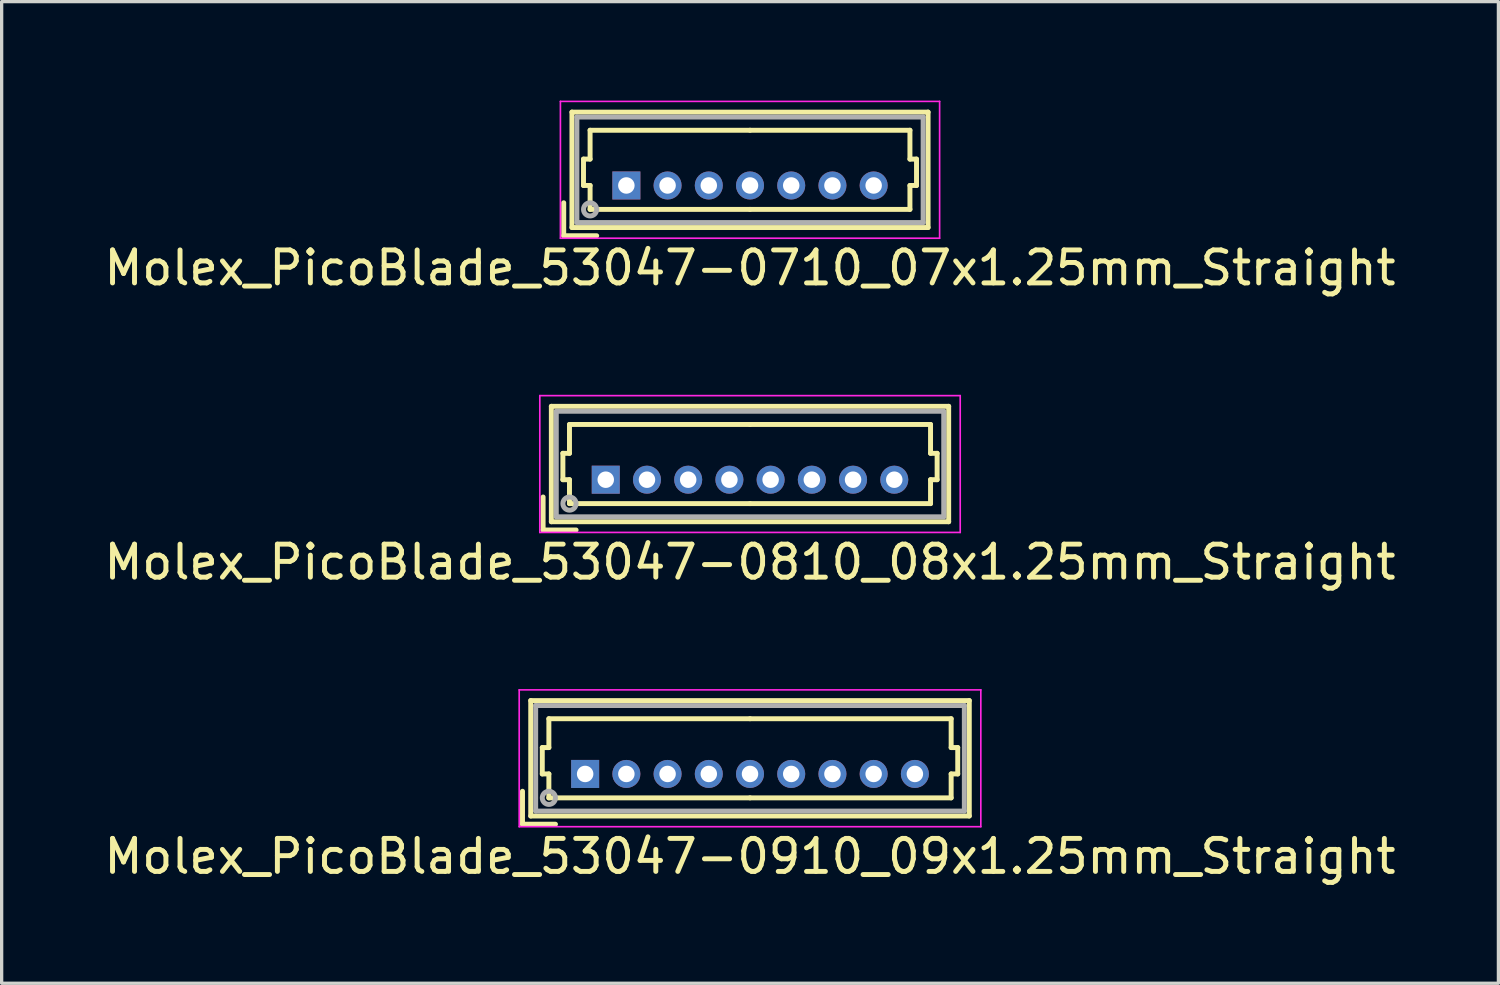
<source format=kicad_pcb>
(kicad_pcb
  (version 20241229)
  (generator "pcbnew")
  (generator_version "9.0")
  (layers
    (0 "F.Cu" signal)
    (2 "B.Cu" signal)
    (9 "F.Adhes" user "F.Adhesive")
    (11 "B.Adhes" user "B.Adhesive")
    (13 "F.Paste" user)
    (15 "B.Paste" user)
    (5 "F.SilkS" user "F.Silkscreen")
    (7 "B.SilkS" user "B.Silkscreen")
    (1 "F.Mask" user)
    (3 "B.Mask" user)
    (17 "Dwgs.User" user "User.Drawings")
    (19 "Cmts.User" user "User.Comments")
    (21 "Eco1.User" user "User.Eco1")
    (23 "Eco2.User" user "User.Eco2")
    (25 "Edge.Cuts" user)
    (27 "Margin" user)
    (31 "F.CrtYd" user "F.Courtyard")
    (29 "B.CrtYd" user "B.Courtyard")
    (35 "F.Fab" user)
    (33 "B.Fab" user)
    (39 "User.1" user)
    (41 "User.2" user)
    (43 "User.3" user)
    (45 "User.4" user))
  (footprint "Molex_PicoBlade_53047-0810_08x1.25mm_Straight"
    (layer "F.Cu")
    (at 15.321 11.498)
    (property "Reference" "Molex_PicoBlade_53047-0810_08x1.25mm_Straight" (at 4.375 2.5 0) (layer "F.SilkS") (effects (font (size 1 1) (thickness 0.15))))
    (attr through_hole)
    (fp_line (start -1.9 1.525) (end -1.9 0.525) (stroke (width 0.15) (type solid)) (layer "F.SilkS"))
    (fp_line (start -1.9 1.525) (end -0.9 1.525) (stroke (width 0.15) (type solid)) (layer "F.SilkS"))
    (fp_line (start -1.65 -2.225) (end -1.65 1.275) (stroke (width 0.15) (type solid)) (layer "F.SilkS"))
    (fp_line (start -1.65 1.275) (end 10.4 1.275) (stroke (width 0.15) (type solid)) (layer "F.SilkS"))
    (fp_line (start -1.3 -0.8) (end -1.1 -0.8) (stroke (width 0.15) (type solid)) (layer "F.SilkS"))
    (fp_line (start -1.3 0) (end -1.3 -0.8) (stroke (width 0.15) (type solid)) (layer "F.SilkS"))
    (fp_line (start -1.1 -1.675) (end 4.375 -1.675) (stroke (width 0.15) (type solid)) (layer "F.SilkS"))
    (fp_line (start -1.1 -0.8) (end -1.1 -1.675) (stroke (width 0.15) (type solid)) (layer "F.SilkS"))
    (fp_line (start -1.1 0) (end -1.3 0) (stroke (width 0.15) (type solid)) (layer "F.SilkS"))
    (fp_line (start -1.1 0.725) (end -1.1 0) (stroke (width 0.15) (type solid)) (layer "F.SilkS"))
    (fp_line (start 4.375 0.725) (end -1.1 0.725) (stroke (width 0.15) (type solid)) (layer "F.SilkS"))
    (fp_line (start 4.375 0.725) (end 9.85 0.725) (stroke (width 0.15) (type solid)) (layer "F.SilkS"))
    (fp_line (start 9.85 -1.675) (end 4.375 -1.675) (stroke (width 0.15) (type solid)) (layer "F.SilkS"))
    (fp_line (start 9.85 -0.8) (end 9.85 -1.675) (stroke (width 0.15) (type solid)) (layer "F.SilkS"))
    (fp_line (start 9.85 0) (end 10.05 0) (stroke (width 0.15) (type solid)) (layer "F.SilkS"))
    (fp_line (start 9.85 0.725) (end 9.85 0) (stroke (width 0.15) (type solid)) (layer "F.SilkS"))
    (fp_line (start 10.05 -0.8) (end 9.85 -0.8) (stroke (width 0.15) (type solid)) (layer "F.SilkS"))
    (fp_line (start 10.05 0) (end 10.05 -0.8) (stroke (width 0.15) (type solid)) (layer "F.SilkS"))
    (fp_line (start 10.4 -2.225) (end -1.65 -2.225) (stroke (width 0.15) (type solid)) (layer "F.SilkS"))
    (fp_line (start 10.4 1.275) (end 10.4 -2.225) (stroke (width 0.15) (type solid)) (layer "F.SilkS"))
    (fp_line (start -2 -2.55) (end -2 1.6) (stroke (width 0.05) (type solid)) (layer "F.CrtYd"))
    (fp_line (start -2 1.6) (end 10.75 1.6) (stroke (width 0.05) (type solid)) (layer "F.CrtYd"))
    (fp_line (start 10.75 -2.55) (end -2 -2.55) (stroke (width 0.05) (type solid)) (layer "F.CrtYd"))
    (fp_line (start 10.75 1.6) (end 10.75 -2.55) (stroke (width 0.05) (type solid)) (layer "F.CrtYd"))
    (fp_line (start -1.5 -2.075) (end -1.5 1.125) (stroke (width 0.15) (type solid)) (layer "F.Fab"))
    (fp_line (start -1.5 1.125) (end 10.25 1.125) (stroke (width 0.15) (type solid)) (layer "F.Fab"))
    (fp_line (start 10.25 -2.075) (end -1.5 -2.075) (stroke (width 0.15) (type solid)) (layer "F.Fab"))
    (fp_line (start 10.25 1.125) (end 10.25 -2.075) (stroke (width 0.15) (type solid)) (layer "F.Fab"))
    (fp_circle (center -1.1 0.725) (end -0.9 0.725) (stroke (width 0.15) (type solid)) (fill no) (layer "F.Fab"))
    (pad "1" thru_hole rect (at 0 0) (size 0.85 0.85) (drill 0.5) (layers "*.Cu" "*.Mask"))
    (pad "2" thru_hole circle (at 1.25 0) (size 0.85 0.85) (drill 0.5) (layers "*.Cu" "*.Mask"))
    (pad "3" thru_hole circle (at 2.5 0) (size 0.85 0.85) (drill 0.5) (layers "*.Cu" "*.Mask"))
    (pad "4" thru_hole circle (at 3.75 0) (size 0.85 0.85) (drill 0.5) (layers "*.Cu" "*.Mask"))
    (pad "5" thru_hole circle (at 5 0) (size 0.85 0.85) (drill 0.5) (layers "*.Cu" "*.Mask"))
    (pad "6" thru_hole circle (at 6.25 0) (size 0.85 0.85) (drill 0.5) (layers "*.Cu" "*.Mask"))
    (pad "7" thru_hole circle (at 7.5 0) (size 0.85 0.85) (drill 0.5) (layers "*.Cu" "*.Mask"))
    (pad "8" thru_hole circle (at 8.75 0) (size 0.85 0.85) (drill 0.5) (layers "*.Cu" "*.Mask")))
  (footprint "Molex_PicoBlade_53047-0710_07x1.25mm_Straight"
    (layer "F.Cu")
    (at 15.946 2.575)
    (property "Reference" "Molex_PicoBlade_53047-0710_07x1.25mm_Straight" (at 3.75 2.5 0) (layer "F.SilkS") (effects (font (size 1 1) (thickness 0.15))))
    (attr through_hole)
    (fp_line (start -1.9 1.525) (end -1.9 0.525) (stroke (width 0.15) (type solid)) (layer "F.SilkS"))
    (fp_line (start -1.9 1.525) (end -0.9 1.525) (stroke (width 0.15) (type solid)) (layer "F.SilkS"))
    (fp_line (start -1.65 -2.225) (end -1.65 1.275) (stroke (width 0.15) (type solid)) (layer "F.SilkS"))
    (fp_line (start -1.65 1.275) (end 9.15 1.275) (stroke (width 0.15) (type solid)) (layer "F.SilkS"))
    (fp_line (start -1.3 -0.8) (end -1.1 -0.8) (stroke (width 0.15) (type solid)) (layer "F.SilkS"))
    (fp_line (start -1.3 0) (end -1.3 -0.8) (stroke (width 0.15) (type solid)) (layer "F.SilkS"))
    (fp_line (start -1.1 -1.675) (end 3.75 -1.675) (stroke (width 0.15) (type solid)) (layer "F.SilkS"))
    (fp_line (start -1.1 -0.8) (end -1.1 -1.675) (stroke (width 0.15) (type solid)) (layer "F.SilkS"))
    (fp_line (start -1.1 0) (end -1.3 0) (stroke (width 0.15) (type solid)) (layer "F.SilkS"))
    (fp_line (start -1.1 0.725) (end -1.1 0) (stroke (width 0.15) (type solid)) (layer "F.SilkS"))
    (fp_line (start 3.75 0.725) (end -1.1 0.725) (stroke (width 0.15) (type solid)) (layer "F.SilkS"))
    (fp_line (start 3.75 0.725) (end 8.6 0.725) (stroke (width 0.15) (type solid)) (layer "F.SilkS"))
    (fp_line (start 8.6 -1.675) (end 3.75 -1.675) (stroke (width 0.15) (type solid)) (layer "F.SilkS"))
    (fp_line (start 8.6 -0.8) (end 8.6 -1.675) (stroke (width 0.15) (type solid)) (layer "F.SilkS"))
    (fp_line (start 8.6 0) (end 8.8 0) (stroke (width 0.15) (type solid)) (layer "F.SilkS"))
    (fp_line (start 8.6 0.725) (end 8.6 0) (stroke (width 0.15) (type solid)) (layer "F.SilkS"))
    (fp_line (start 8.8 -0.8) (end 8.6 -0.8) (stroke (width 0.15) (type solid)) (layer "F.SilkS"))
    (fp_line (start 8.8 0) (end 8.8 -0.8) (stroke (width 0.15) (type solid)) (layer "F.SilkS"))
    (fp_line (start 9.15 -2.225) (end -1.65 -2.225) (stroke (width 0.15) (type solid)) (layer "F.SilkS"))
    (fp_line (start 9.15 1.275) (end 9.15 -2.225) (stroke (width 0.15) (type solid)) (layer "F.SilkS"))
    (fp_line (start -2 -2.55) (end -2 1.6) (stroke (width 0.05) (type solid)) (layer "F.CrtYd"))
    (fp_line (start -2 1.6) (end 9.5 1.6) (stroke (width 0.05) (type solid)) (layer "F.CrtYd"))
    (fp_line (start 9.5 -2.55) (end -2 -2.55) (stroke (width 0.05) (type solid)) (layer "F.CrtYd"))
    (fp_line (start 9.5 1.6) (end 9.5 -2.55) (stroke (width 0.05) (type solid)) (layer "F.CrtYd"))
    (fp_line (start -1.5 -2.075) (end -1.5 1.125) (stroke (width 0.15) (type solid)) (layer "F.Fab"))
    (fp_line (start -1.5 1.125) (end 9 1.125) (stroke (width 0.15) (type solid)) (layer "F.Fab"))
    (fp_line (start 9 -2.075) (end -1.5 -2.075) (stroke (width 0.15) (type solid)) (layer "F.Fab"))
    (fp_line (start 9 1.125) (end 9 -2.075) (stroke (width 0.15) (type solid)) (layer "F.Fab"))
    (fp_circle (center -1.1 0.725) (end -0.9 0.725) (stroke (width 0.15) (type solid)) (fill no) (layer "F.Fab"))
    (pad "1" thru_hole rect (at 0 0) (size 0.85 0.85) (drill 0.5) (layers "*.Cu" "*.Mask"))
    (pad "2" thru_hole circle (at 1.25 0) (size 0.85 0.85) (drill 0.5) (layers "*.Cu" "*.Mask"))
    (pad "3" thru_hole circle (at 2.5 0) (size 0.85 0.85) (drill 0.5) (layers "*.Cu" "*.Mask"))
    (pad "4" thru_hole circle (at 3.75 0) (size 0.85 0.85) (drill 0.5) (layers "*.Cu" "*.Mask"))
    (pad "5" thru_hole circle (at 5 0) (size 0.85 0.85) (drill 0.5) (layers "*.Cu" "*.Mask"))
    (pad "6" thru_hole circle (at 6.25 0) (size 0.85 0.85) (drill 0.5) (layers "*.Cu" "*.Mask"))
    (pad "7" thru_hole circle (at 7.5 0) (size 0.85 0.85) (drill 0.5) (layers "*.Cu" "*.Mask")))
  (footprint "Molex_PicoBlade_53047-0910_09x1.25mm_Straight"
    (layer "F.Cu")
    (at 14.696 20.422)
    (property "Reference" "Molex_PicoBlade_53047-0910_09x1.25mm_Straight" (at 5 2.5 0) (layer "F.SilkS") (effects (font (size 1 1) (thickness 0.15))))
    (attr through_hole)
    (fp_line (start -1.9 1.525) (end -1.9 0.525) (stroke (width 0.15) (type solid)) (layer "F.SilkS"))
    (fp_line (start -1.9 1.525) (end -0.9 1.525) (stroke (width 0.15) (type solid)) (layer "F.SilkS"))
    (fp_line (start -1.65 -2.225) (end -1.65 1.275) (stroke (width 0.15) (type solid)) (layer "F.SilkS"))
    (fp_line (start -1.65 1.275) (end 11.65 1.275) (stroke (width 0.15) (type solid)) (layer "F.SilkS"))
    (fp_line (start -1.3 -0.8) (end -1.1 -0.8) (stroke (width 0.15) (type solid)) (layer "F.SilkS"))
    (fp_line (start -1.3 0) (end -1.3 -0.8) (stroke (width 0.15) (type solid)) (layer "F.SilkS"))
    (fp_line (start -1.1 -1.675) (end 5 -1.675) (stroke (width 0.15) (type solid)) (layer "F.SilkS"))
    (fp_line (start -1.1 -0.8) (end -1.1 -1.675) (stroke (width 0.15) (type solid)) (layer "F.SilkS"))
    (fp_line (start -1.1 0) (end -1.3 0) (stroke (width 0.15) (type solid)) (layer "F.SilkS"))
    (fp_line (start -1.1 0.725) (end -1.1 0) (stroke (width 0.15) (type solid)) (layer "F.SilkS"))
    (fp_line (start 5 0.725) (end -1.1 0.725) (stroke (width 0.15) (type solid)) (layer "F.SilkS"))
    (fp_line (start 5 0.725) (end 11.1 0.725) (stroke (width 0.15) (type solid)) (layer "F.SilkS"))
    (fp_line (start 11.1 -1.675) (end 5 -1.675) (stroke (width 0.15) (type solid)) (layer "F.SilkS"))
    (fp_line (start 11.1 -0.8) (end 11.1 -1.675) (stroke (width 0.15) (type solid)) (layer "F.SilkS"))
    (fp_line (start 11.1 0) (end 11.3 0) (stroke (width 0.15) (type solid)) (layer "F.SilkS"))
    (fp_line (start 11.1 0.725) (end 11.1 0) (stroke (width 0.15) (type solid)) (layer "F.SilkS"))
    (fp_line (start 11.3 -0.8) (end 11.1 -0.8) (stroke (width 0.15) (type solid)) (layer "F.SilkS"))
    (fp_line (start 11.3 0) (end 11.3 -0.8) (stroke (width 0.15) (type solid)) (layer "F.SilkS"))
    (fp_line (start 11.65 -2.225) (end -1.65 -2.225) (stroke (width 0.15) (type solid)) (layer "F.SilkS"))
    (fp_line (start 11.65 1.275) (end 11.65 -2.225) (stroke (width 0.15) (type solid)) (layer "F.SilkS"))
    (fp_line (start -2 -2.55) (end -2 1.6) (stroke (width 0.05) (type solid)) (layer "F.CrtYd"))
    (fp_line (start -2 1.6) (end 12 1.6) (stroke (width 0.05) (type solid)) (layer "F.CrtYd"))
    (fp_line (start 12 -2.55) (end -2 -2.55) (stroke (width 0.05) (type solid)) (layer "F.CrtYd"))
    (fp_line (start 12 1.6) (end 12 -2.55) (stroke (width 0.05) (type solid)) (layer "F.CrtYd"))
    (fp_line (start -1.5 -2.075) (end -1.5 1.125) (stroke (width 0.15) (type solid)) (layer "F.Fab"))
    (fp_line (start -1.5 1.125) (end 11.5 1.125) (stroke (width 0.15) (type solid)) (layer "F.Fab"))
    (fp_line (start 11.5 -2.075) (end -1.5 -2.075) (stroke (width 0.15) (type solid)) (layer "F.Fab"))
    (fp_line (start 11.5 1.125) (end 11.5 -2.075) (stroke (width 0.15) (type solid)) (layer "F.Fab"))
    (fp_circle (center -1.1 0.725) (end -0.9 0.725) (stroke (width 0.15) (type solid)) (fill no) (layer "F.Fab"))
    (pad "1" thru_hole rect (at 0 0) (size 0.85 0.85) (drill 0.5) (layers "*.Cu" "*.Mask"))
    (pad "2" thru_hole circle (at 1.25 0) (size 0.85 0.85) (drill 0.5) (layers "*.Cu" "*.Mask"))
    (pad "3" thru_hole circle (at 2.5 0) (size 0.85 0.85) (drill 0.5) (layers "*.Cu" "*.Mask"))
    (pad "4" thru_hole circle (at 3.75 0) (size 0.85 0.85) (drill 0.5) (layers "*.Cu" "*.Mask"))
    (pad "5" thru_hole circle (at 5 0) (size 0.85 0.85) (drill 0.5) (layers "*.Cu" "*.Mask"))
    (pad "6" thru_hole circle (at 6.25 0) (size 0.85 0.85) (drill 0.5) (layers "*.Cu" "*.Mask"))
    (pad "7" thru_hole circle (at 7.5 0) (size 0.85 0.85) (drill 0.5) (layers "*.Cu" "*.Mask"))
    (pad "8" thru_hole circle (at 8.75 0) (size 0.85 0.85) (drill 0.5) (layers "*.Cu" "*.Mask"))
    (pad "9" thru_hole circle (at 10 0) (size 0.85 0.85) (drill 0.5) (layers "*.Cu" "*.Mask")))
  (gr_rect
    (start -3 -3)
    (end 42.393 26.77)
    (stroke (width 0.1) (type default))
    (fill no)
    (layer "Edge.Cuts")))
</source>
